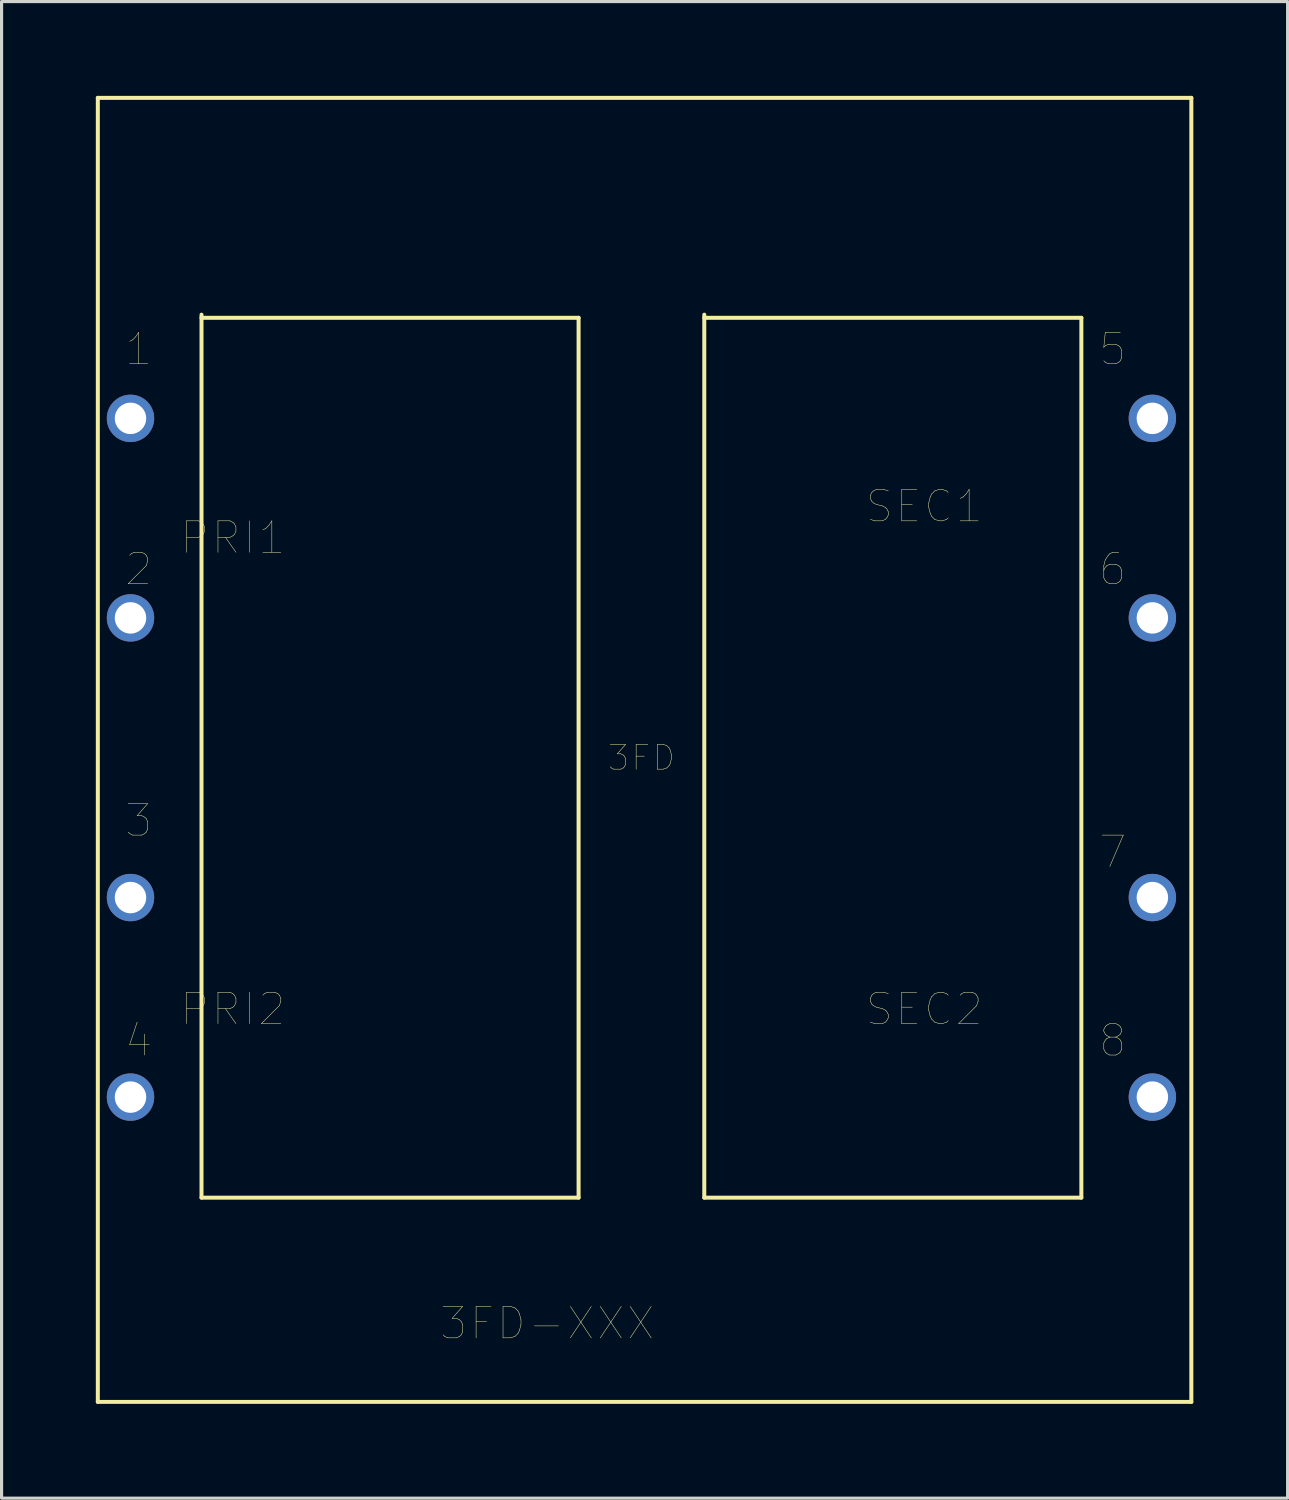
<source format=kicad_pcb>
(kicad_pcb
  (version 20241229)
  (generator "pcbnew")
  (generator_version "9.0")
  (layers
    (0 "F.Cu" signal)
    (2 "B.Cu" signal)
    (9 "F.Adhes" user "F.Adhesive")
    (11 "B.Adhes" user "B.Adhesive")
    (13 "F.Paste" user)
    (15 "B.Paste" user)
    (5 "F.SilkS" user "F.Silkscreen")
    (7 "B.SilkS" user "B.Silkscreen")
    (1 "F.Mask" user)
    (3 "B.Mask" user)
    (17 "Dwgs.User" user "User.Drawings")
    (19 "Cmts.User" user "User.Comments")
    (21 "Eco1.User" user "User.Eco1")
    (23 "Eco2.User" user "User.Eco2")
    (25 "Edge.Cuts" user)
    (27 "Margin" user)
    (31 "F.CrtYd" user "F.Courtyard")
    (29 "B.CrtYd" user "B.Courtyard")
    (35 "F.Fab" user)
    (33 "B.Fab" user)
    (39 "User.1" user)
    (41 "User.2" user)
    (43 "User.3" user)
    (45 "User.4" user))
  (footprint "3FD"
    (layer "F.Cu")
    (at 17.363 21.064)
    (property "Reference" "3FD" (at 0 0 0) (layer "F.SilkS") (effects (font (size 0.787 0.787) (thickness 0.015))))
    (attr through_hole)
    (fp_line (start -17.3 -21) (end -17.3 20.5) (stroke (width 0.127) (type solid)) (layer "F.SilkS"))
    (fp_line (start -17.3 20.5) (end 17.5 20.5) (stroke (width 0.127) (type solid)) (layer "F.SilkS"))
    (fp_line (start -14 -14) (end -2 -14) (stroke (width 0.127) (type solid)) (layer "F.SilkS"))
    (fp_line (start -14 14) (end -14 -14.1) (stroke (width 0.127) (type solid)) (layer "F.SilkS"))
    (fp_line (start -2 -14) (end -2 14) (stroke (width 0.127) (type solid)) (layer "F.SilkS"))
    (fp_line (start -2 14) (end -14 14) (stroke (width 0.127) (type solid)) (layer "F.SilkS"))
    (fp_line (start 2 -14) (end 14 -14) (stroke (width 0.127) (type solid)) (layer "F.SilkS"))
    (fp_line (start 2 14) (end 2 -14.1) (stroke (width 0.127) (type solid)) (layer "F.SilkS"))
    (fp_line (start 14 -14) (end 14 14) (stroke (width 0.127) (type solid)) (layer "F.SilkS"))
    (fp_line (start 14 14) (end 2 14) (stroke (width 0.127) (type solid)) (layer "F.SilkS"))
    (fp_line (start 17.5 -21) (end -17.3 -21) (stroke (width 0.127) (type solid)) (layer "F.SilkS"))
    (fp_line (start 17.5 20.5) (end 17.5 -21) (stroke (width 0.127) (type solid)) (layer "F.SilkS"))
    (fp_text user "3FD-XXX" (at -3 18 0) (layer "F.SilkS") (effects (font (size 1 1) (thickness 0.015))))
    (fp_text user "1" (at -16 -13 0) (layer "F.SilkS") (effects (font (size 1 1) (thickness 0.015))))
    (fp_text user "3" (at -16 2 0) (layer "F.SilkS") (effects (font (size 1 1) (thickness 0.015))))
    (fp_text user "PRI2" (at -13 8 0) (layer "F.SilkS") (effects (font (size 1 1) (thickness 0.015))))
    (fp_text user "4" (at -16 9 0) (layer "F.SilkS") (effects (font (size 1 1) (thickness 0.015))))
    (fp_text user "7" (at 15 3 0) (layer "F.SilkS") (effects (font (size 1 1) (thickness 0.015))))
    (fp_text user "2" (at -16 -6 0) (layer "F.SilkS") (effects (font (size 1 1) (thickness 0.015))))
    (fp_text user "6" (at 15 -6 0) (layer "F.SilkS") (effects (font (size 1 1) (thickness 0.015))))
    (fp_text user "SEC1" (at 9 -8 0) (layer "F.SilkS") (effects (font (size 1 1) (thickness 0.015))))
    (fp_text user "8" (at 15 9 0) (layer "F.SilkS") (effects (font (size 1 1) (thickness 0.015))))
    (fp_text user "5" (at 15 -13 0) (layer "F.SilkS") (effects (font (size 1 1) (thickness 0.015))))
    (fp_text user "PRI1" (at -13 -7 0) (layer "F.SilkS") (effects (font (size 1 1) (thickness 0.015))))
    (fp_text user "SEC2" (at 9 8 0) (layer "F.SilkS") (effects (font (size 1 1) (thickness 0.015))))
    (pad "P$1" thru_hole circle (at -16.26 -10.8) (size 1.508 1.508) (drill 1) (layers "*.Cu" "*.Mask"))
    (pad "P$2" thru_hole circle (at -16.26 -4.45) (size 1.508 1.508) (drill 1) (layers "*.Cu" "*.Mask"))
    (pad "P$3" thru_hole circle (at -16.26 4.45) (size 1.508 1.508) (drill 1) (layers "*.Cu" "*.Mask"))
    (pad "P$4" thru_hole circle (at -16.26 10.8) (size 1.508 1.508) (drill 1) (layers "*.Cu" "*.Mask"))
    (pad "S$5" thru_hole circle (at 16.26 -10.8) (size 1.508 1.508) (drill 1) (layers "*.Cu" "*.Mask"))
    (pad "S$6" thru_hole circle (at 16.26 -4.45) (size 1.508 1.508) (drill 1) (layers "*.Cu" "*.Mask"))
    (pad "S$7" thru_hole circle (at 16.26 4.45) (size 1.508 1.508) (drill 1) (layers "*.Cu" "*.Mask"))
    (pad "S$8" thru_hole circle (at 16.26 10.8) (size 1.508 1.508) (drill 1) (layers "*.Cu" "*.Mask")))
  (gr_rect
    (start -3 -3)
    (end 37.927 44.627)
    (stroke (width 0.1) (type default))
    (fill no)
    (layer "Edge.Cuts")))
</source>
